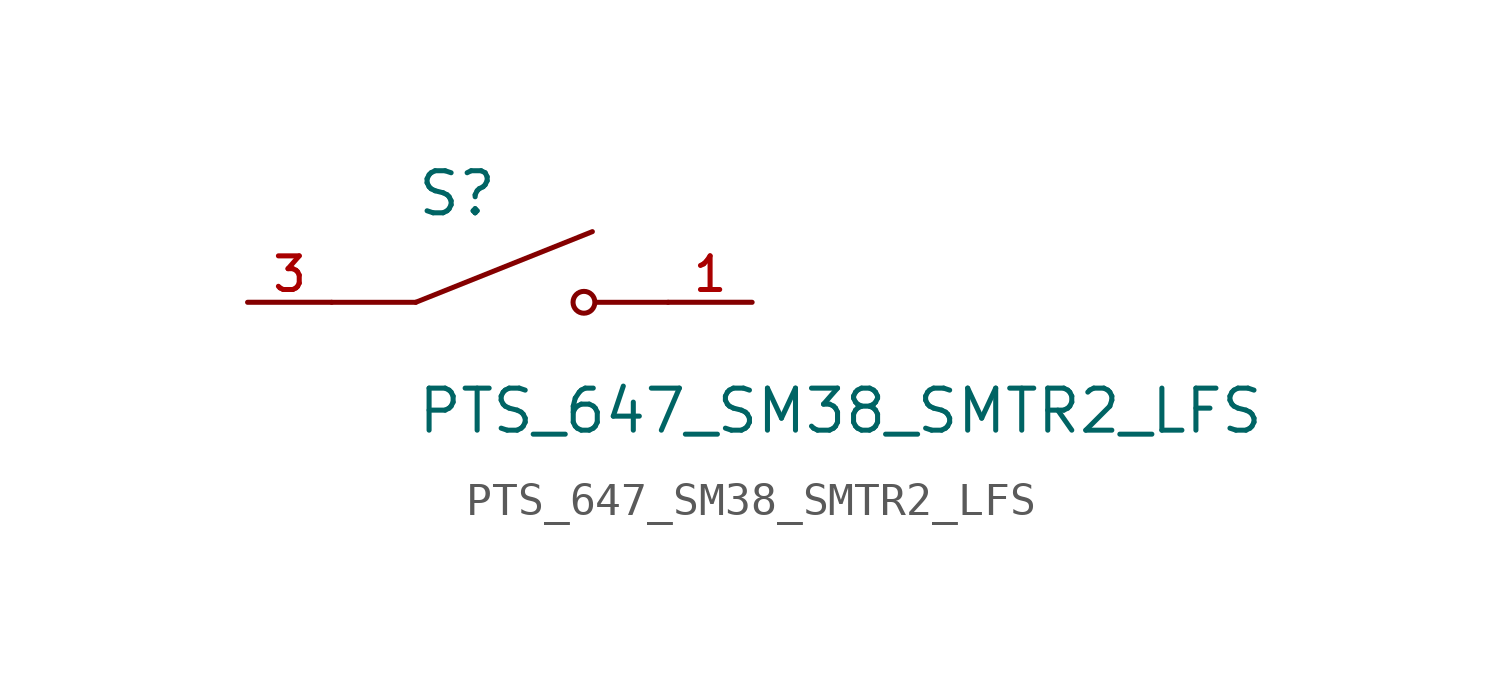
<source format=kicad_sym>
(kicad_symbol_lib
  (version 20211014)
  (generator kicad_symbol_editor)
  (symbol "PTS_647_SM38_SMTR2_LFS"
    (pin_names
      (offset 1.016))
    (property "Reference" "S"
      (at -2.54 2.54 0)
      (effects (font (size 1.27 1.27)) (justify left bottom)))
    (property "Value" "PTS_647_SM38_SMTR2_LFS"
      (at -2.54 -2.54 0)
      (effects (font (size 1.27 1.27)) (justify left top)))
    (symbol "PTS_647_SM38_SMTR2_LFS_0_0"
      (polyline (pts (xy -2.54 0) (xy -5.08 0)) (stroke (width 0.152) (type default) (color 0 0 0 0)) (fill (type none)))
      (polyline (pts (xy -2.54 0) (xy 2.794 2.134)) (stroke (width 0.152) (type default) (color 0 0 0 0)) (fill (type none)))
      (polyline (pts (xy 5.08 0) (xy 2.921 0)) (stroke (width 0.152) (type default) (color 0 0 0 0)) (fill (type none)))
      (circle (center 2.54 0) (radius 0.33) (stroke (width 0.152) (type default) (color 0 0 0 0)) (fill (type none)))
      (pin passive line (at 7.62 0 180) (length 2.54) (name "~" (effects (font (size 1.016 1.016)))) (number "1" (effects (font (size 1.016 1.016)))))
      (pin passive line (at -7.62 0 0) (length 2.54) (name "~" (effects (font (size 1.016 1.016)))) (number "3" (effects (font (size 1.016 1.016))))))))
</source>
